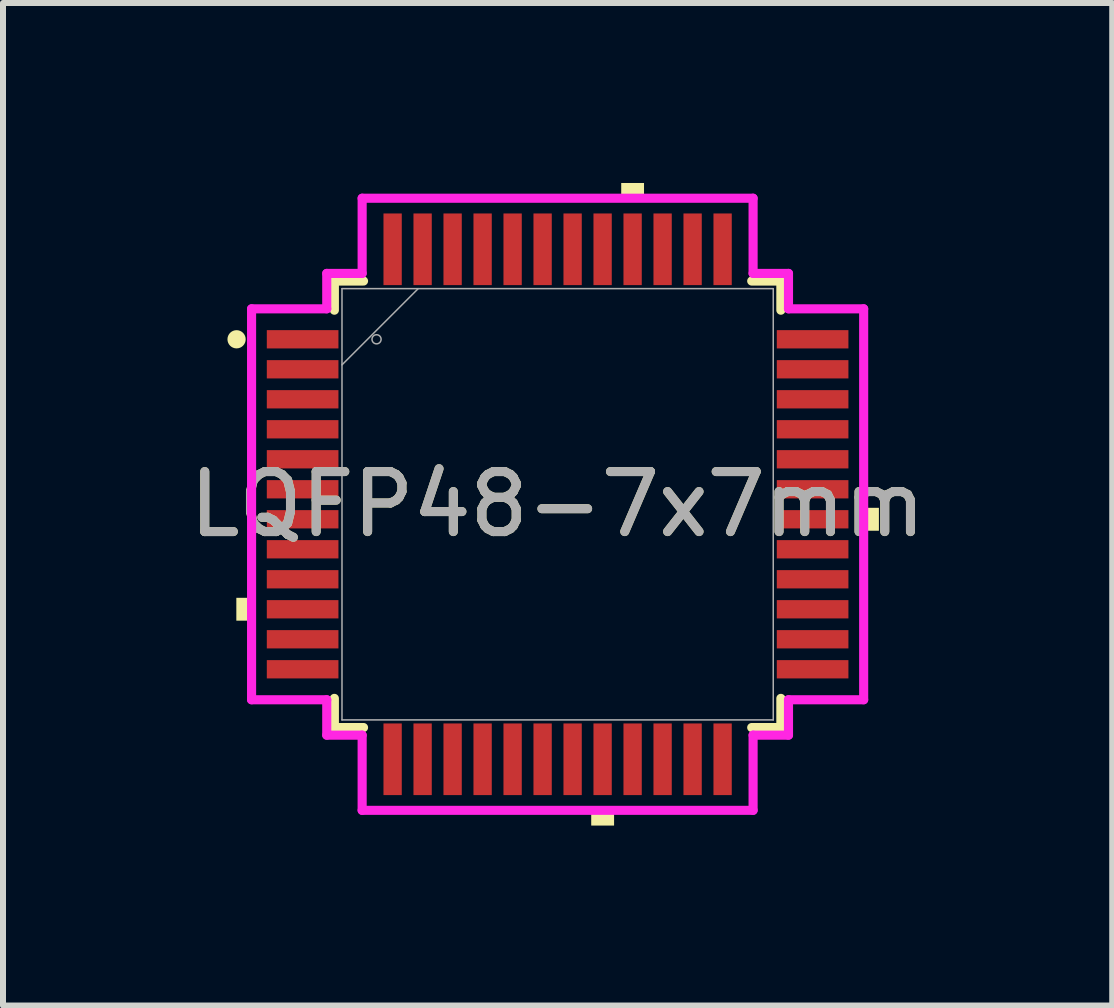
<source format=kicad_pcb>
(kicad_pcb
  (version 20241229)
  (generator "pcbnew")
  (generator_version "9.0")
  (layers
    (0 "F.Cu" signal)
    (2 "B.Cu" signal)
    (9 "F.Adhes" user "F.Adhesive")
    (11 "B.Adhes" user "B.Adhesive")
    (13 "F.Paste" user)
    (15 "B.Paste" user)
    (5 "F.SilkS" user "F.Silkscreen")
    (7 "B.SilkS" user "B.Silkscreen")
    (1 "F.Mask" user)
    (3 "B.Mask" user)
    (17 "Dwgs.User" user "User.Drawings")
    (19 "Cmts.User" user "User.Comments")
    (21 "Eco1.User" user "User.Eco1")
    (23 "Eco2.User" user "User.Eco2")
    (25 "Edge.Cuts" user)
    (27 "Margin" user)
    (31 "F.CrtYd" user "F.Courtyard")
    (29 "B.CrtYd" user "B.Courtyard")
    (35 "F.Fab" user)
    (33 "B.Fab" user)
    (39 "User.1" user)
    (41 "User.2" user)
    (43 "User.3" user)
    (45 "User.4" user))
  (footprint "LQFP48-7x7mm"
    (layer "F.Cu")
    (at 6.244 5.355)
    (property "Reference" "LQFP48-7x7mm" (at 0 0 0) (unlocked yes) (layer "F.SilkS") (effects (font (size 1 1) (thickness 0.15))))
    (attr smd)
    (fp_line (start -3.721 -3.721) (end -3.721 -3.235) (stroke (width 0.152) (type solid)) (layer "F.SilkS"))
    (fp_line (start -3.721 3.235) (end -3.721 3.721) (stroke (width 0.152) (type solid)) (layer "F.SilkS"))
    (fp_line (start -3.721 3.721) (end -3.235 3.721) (stroke (width 0.152) (type solid)) (layer "F.SilkS"))
    (fp_line (start -3.235 -3.721) (end -3.721 -3.721) (stroke (width 0.152) (type solid)) (layer "F.SilkS"))
    (fp_line (start 3.235 3.721) (end 3.721 3.721) (stroke (width 0.152) (type solid)) (layer "F.SilkS"))
    (fp_line (start 3.721 -3.721) (end 3.235 -3.721) (stroke (width 0.152) (type solid)) (layer "F.SilkS"))
    (fp_line (start 3.721 -3.235) (end 3.721 -3.721) (stroke (width 0.152) (type solid)) (layer "F.SilkS"))
    (fp_line (start 3.721 3.721) (end 3.721 3.235) (stroke (width 0.152) (type solid)) (layer "F.SilkS"))
    (fp_circle (center -5.351 -2.75) (end -5.275 -2.75) (stroke (width 0.152) (type solid)) (fill no) (layer "F.SilkS"))
    (fp_poly (pts (xy -5.355 1.559) (xy -5.355 1.94) (xy -5.101 1.94) (xy -5.101 1.559)) (stroke (width 0) (type solid)) (fill yes) (layer "F.SilkS"))
    (fp_poly (pts (xy 0.56 5.101) (xy 0.56 5.355) (xy 0.941 5.355) (xy 0.941 5.101)) (stroke (width 0) (type solid)) (fill yes) (layer "F.SilkS"))
    (fp_poly (pts (xy 1.06 -5.101) (xy 1.06 -5.355) (xy 1.44 -5.355) (xy 1.44 -5.101)) (stroke (width 0) (type solid)) (fill yes) (layer "F.SilkS"))
    (fp_poly (pts (xy 5.355 0.059) (xy 5.355 0.441) (xy 5.101 0.441) (xy 5.101 0.059)) (stroke (width 0) (type solid)) (fill yes) (layer "F.SilkS"))
    (fp_line (start -5.101 -3.258) (end -3.848 -3.258) (stroke (width 0.152) (type solid)) (layer "F.CrtYd"))
    (fp_line (start -5.101 3.258) (end -5.101 -3.258) (stroke (width 0.152) (type solid)) (layer "F.CrtYd"))
    (fp_line (start -3.848 -3.848) (end -3.258 -3.848) (stroke (width 0.152) (type solid)) (layer "F.CrtYd"))
    (fp_line (start -3.848 -3.258) (end -3.848 -3.848) (stroke (width 0.152) (type solid)) (layer "F.CrtYd"))
    (fp_line (start -3.848 3.258) (end -5.101 3.258) (stroke (width 0.152) (type solid)) (layer "F.CrtYd"))
    (fp_line (start -3.848 3.848) (end -3.848 3.258) (stroke (width 0.152) (type solid)) (layer "F.CrtYd"))
    (fp_line (start -3.258 -5.101) (end 3.258 -5.101) (stroke (width 0.152) (type solid)) (layer "F.CrtYd"))
    (fp_line (start -3.258 -3.848) (end -3.258 -5.101) (stroke (width 0.152) (type solid)) (layer "F.CrtYd"))
    (fp_line (start -3.258 3.848) (end -3.848 3.848) (stroke (width 0.152) (type solid)) (layer "F.CrtYd"))
    (fp_line (start -3.258 5.101) (end -3.258 3.848) (stroke (width 0.152) (type solid)) (layer "F.CrtYd"))
    (fp_line (start 3.258 -5.101) (end 3.258 -3.848) (stroke (width 0.152) (type solid)) (layer "F.CrtYd"))
    (fp_line (start 3.258 -3.848) (end 3.848 -3.848) (stroke (width 0.152) (type solid)) (layer "F.CrtYd"))
    (fp_line (start 3.258 3.848) (end 3.258 5.101) (stroke (width 0.152) (type solid)) (layer "F.CrtYd"))
    (fp_line (start 3.258 5.101) (end -3.258 5.101) (stroke (width 0.152) (type solid)) (layer "F.CrtYd"))
    (fp_line (start 3.848 -3.848) (end 3.848 -3.258) (stroke (width 0.152) (type solid)) (layer "F.CrtYd"))
    (fp_line (start 3.848 -3.258) (end 5.101 -3.258) (stroke (width 0.152) (type solid)) (layer "F.CrtYd"))
    (fp_line (start 3.848 3.258) (end 3.848 3.848) (stroke (width 0.152) (type solid)) (layer "F.CrtYd"))
    (fp_line (start 3.848 3.848) (end 3.258 3.848) (stroke (width 0.152) (type solid)) (layer "F.CrtYd"))
    (fp_line (start 5.101 -3.258) (end 5.101 3.258) (stroke (width 0.152) (type solid)) (layer "F.CrtYd"))
    (fp_line (start 5.101 3.258) (end 3.848 3.258) (stroke (width 0.152) (type solid)) (layer "F.CrtYd"))
    (fp_line (start -3.594 -3.594) (end -3.594 3.594) (stroke (width 0.025) (type solid)) (layer "F.Fab"))
    (fp_line (start -3.594 -2.324) (end -2.324 -3.594) (stroke (width 0.025) (type solid)) (layer "F.Fab"))
    (fp_line (start -3.594 3.594) (end 3.594 3.594) (stroke (width 0.025) (type solid)) (layer "F.Fab"))
    (fp_line (start 3.594 -3.594) (end -3.594 -3.594) (stroke (width 0.025) (type solid)) (layer "F.Fab"))
    (fp_line (start 3.594 3.594) (end 3.594 -3.594) (stroke (width 0.025) (type solid)) (layer "F.Fab"))
    (fp_circle (center -3.018 -2.75) (end -2.942 -2.75) (stroke (width 0.025) (type solid)) (fill no) (layer "F.Fab"))
    (fp_text user "${REFERENCE}" (at 0 0 0) (unlocked yes) (layer "F.Fab") (effects (font (size 1 1) (thickness 0.15))))
    (pad "1" smd rect (at -4.25 -2.75) (size 1.194 0.305) (layers "F.Cu" "F.Mask" "F.Paste"))
    (pad "2" smd rect (at -4.25 -2.25) (size 1.194 0.305) (layers "F.Cu" "F.Mask" "F.Paste"))
    (pad "3" smd rect (at -4.25 -1.75) (size 1.194 0.305) (layers "F.Cu" "F.Mask" "F.Paste"))
    (pad "4" smd rect (at -4.25 -1.25) (size 1.194 0.305) (layers "F.Cu" "F.Mask" "F.Paste"))
    (pad "5" smd rect (at -4.25 -0.75) (size 1.194 0.305) (layers "F.Cu" "F.Mask" "F.Paste"))
    (pad "6" smd rect (at -4.25 -0.25) (size 1.194 0.305) (layers "F.Cu" "F.Mask" "F.Paste"))
    (pad "7" smd rect (at -4.25 0.25) (size 1.194 0.305) (layers "F.Cu" "F.Mask" "F.Paste"))
    (pad "8" smd rect (at -4.25 0.75) (size 1.194 0.305) (layers "F.Cu" "F.Mask" "F.Paste"))
    (pad "9" smd rect (at -4.25 1.25) (size 1.194 0.305) (layers "F.Cu" "F.Mask" "F.Paste"))
    (pad "10" smd rect (at -4.25 1.75) (size 1.194 0.305) (layers "F.Cu" "F.Mask" "F.Paste"))
    (pad "11" smd rect (at -4.25 2.25) (size 1.194 0.305) (layers "F.Cu" "F.Mask" "F.Paste"))
    (pad "12" smd rect (at -4.25 2.75) (size 1.194 0.305) (layers "F.Cu" "F.Mask" "F.Paste"))
    (pad "13" smd rect (at -2.75 4.25 90) (size 1.194 0.305) (layers "F.Cu" "F.Mask" "F.Paste"))
    (pad "14" smd rect (at -2.25 4.25 90) (size 1.194 0.305) (layers "F.Cu" "F.Mask" "F.Paste"))
    (pad "15" smd rect (at -1.75 4.25 90) (size 1.194 0.305) (layers "F.Cu" "F.Mask" "F.Paste"))
    (pad "16" smd rect (at -1.25 4.25 90) (size 1.194 0.305) (layers "F.Cu" "F.Mask" "F.Paste"))
    (pad "17" smd rect (at -0.75 4.25 90) (size 1.194 0.305) (layers "F.Cu" "F.Mask" "F.Paste"))
    (pad "18" smd rect (at -0.25 4.25 90) (size 1.194 0.305) (layers "F.Cu" "F.Mask" "F.Paste"))
    (pad "19" smd rect (at 0.25 4.25 90) (size 1.194 0.305) (layers "F.Cu" "F.Mask" "F.Paste"))
    (pad "20" smd rect (at 0.75 4.25 90) (size 1.194 0.305) (layers "F.Cu" "F.Mask" "F.Paste"))
    (pad "21" smd rect (at 1.25 4.25 90) (size 1.194 0.305) (layers "F.Cu" "F.Mask" "F.Paste"))
    (pad "22" smd rect (at 1.75 4.25 90) (size 1.194 0.305) (layers "F.Cu" "F.Mask" "F.Paste"))
    (pad "23" smd rect (at 2.25 4.25 90) (size 1.194 0.305) (layers "F.Cu" "F.Mask" "F.Paste"))
    (pad "24" smd rect (at 2.75 4.25 90) (size 1.194 0.305) (layers "F.Cu" "F.Mask" "F.Paste"))
    (pad "25" smd rect (at 4.25 2.75) (size 1.194 0.305) (layers "F.Cu" "F.Mask" "F.Paste"))
    (pad "26" smd rect (at 4.25 2.25) (size 1.194 0.305) (layers "F.Cu" "F.Mask" "F.Paste"))
    (pad "27" smd rect (at 4.25 1.75) (size 1.194 0.305) (layers "F.Cu" "F.Mask" "F.Paste"))
    (pad "28" smd rect (at 4.25 1.25) (size 1.194 0.305) (layers "F.Cu" "F.Mask" "F.Paste"))
    (pad "29" smd rect (at 4.25 0.75) (size 1.194 0.305) (layers "F.Cu" "F.Mask" "F.Paste"))
    (pad "30" smd rect (at 4.25 0.25) (size 1.194 0.305) (layers "F.Cu" "F.Mask" "F.Paste"))
    (pad "31" smd rect (at 4.25 -0.25) (size 1.194 0.305) (layers "F.Cu" "F.Mask" "F.Paste"))
    (pad "32" smd rect (at 4.25 -0.75) (size 1.194 0.305) (layers "F.Cu" "F.Mask" "F.Paste"))
    (pad "33" smd rect (at 4.25 -1.25) (size 1.194 0.305) (layers "F.Cu" "F.Mask" "F.Paste"))
    (pad "34" smd rect (at 4.25 -1.75) (size 1.194 0.305) (layers "F.Cu" "F.Mask" "F.Paste"))
    (pad "35" smd rect (at 4.25 -2.25) (size 1.194 0.305) (layers "F.Cu" "F.Mask" "F.Paste"))
    (pad "36" smd rect (at 4.25 -2.75) (size 1.194 0.305) (layers "F.Cu" "F.Mask" "F.Paste"))
    (pad "37" smd rect (at 2.75 -4.25 90) (size 1.194 0.305) (layers "F.Cu" "F.Mask" "F.Paste"))
    (pad "38" smd rect (at 2.25 -4.25 90) (size 1.194 0.305) (layers "F.Cu" "F.Mask" "F.Paste"))
    (pad "39" smd rect (at 1.75 -4.25 90) (size 1.194 0.305) (layers "F.Cu" "F.Mask" "F.Paste"))
    (pad "40" smd rect (at 1.25 -4.25 90) (size 1.194 0.305) (layers "F.Cu" "F.Mask" "F.Paste"))
    (pad "41" smd rect (at 0.75 -4.25 90) (size 1.194 0.305) (layers "F.Cu" "F.Mask" "F.Paste"))
    (pad "42" smd rect (at 0.25 -4.25 90) (size 1.194 0.305) (layers "F.Cu" "F.Mask" "F.Paste"))
    (pad "43" smd rect (at -0.25 -4.25 90) (size 1.194 0.305) (layers "F.Cu" "F.Mask" "F.Paste"))
    (pad "44" smd rect (at -0.75 -4.25 90) (size 1.194 0.305) (layers "F.Cu" "F.Mask" "F.Paste"))
    (pad "45" smd rect (at -1.25 -4.25 90) (size 1.194 0.305) (layers "F.Cu" "F.Mask" "F.Paste"))
    (pad "46" smd rect (at -1.75 -4.25 90) (size 1.194 0.305) (layers "F.Cu" "F.Mask" "F.Paste"))
    (pad "47" smd rect (at -2.25 -4.25 90) (size 1.194 0.305) (layers "F.Cu" "F.Mask" "F.Paste"))
    (pad "48" smd rect (at -2.75 -4.25 90) (size 1.194 0.305) (layers "F.Cu" "F.Mask" "F.Paste")))
  (gr_rect
    (start -3 -3)
    (end 15.488 13.71)
    (stroke (width 0.1) (type default))
    (fill no)
    (layer "Edge.Cuts")))
</source>
